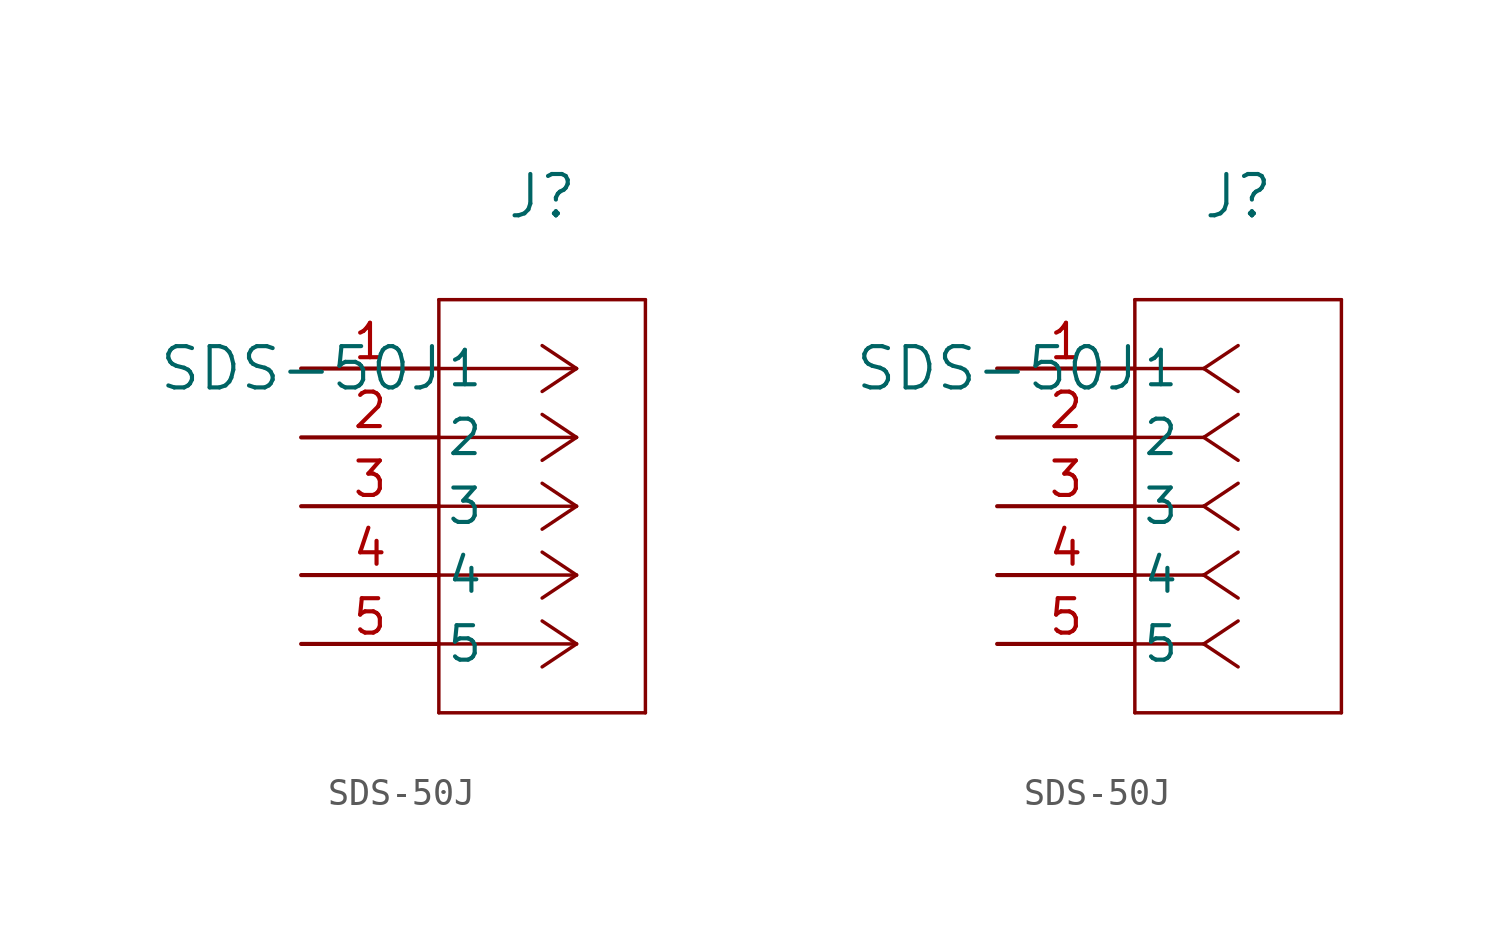
<source format=kicad_sym>
(kicad_symbol_lib
  (version 20211014)
  (generator kicad_symbol_editor)
  (symbol "SDS-50J"
    (pin_names
      (offset 0.254))
    (property "Reference" "J"
      (at 8.89 6.35 0)
      (effects (font (size 1.524 1.524))))
    (property "Value" "SDS-50J"
      (at 0 0 0)
      (effects (font (size 1.524 1.524))))
    (symbol "SDS-50J_1_1"
      (polyline (pts (xy 10.16 0) (xy 5.08 0)) (stroke (width 0.127) (type default) (color 0 0 0 0)) (fill (type none)))
      (polyline (pts (xy 10.16 -2.54) (xy 5.08 -2.54)) (stroke (width 0.127) (type default) (color 0 0 0 0)) (fill (type none)))
      (polyline (pts (xy 10.16 -5.08) (xy 5.08 -5.08)) (stroke (width 0.127) (type default) (color 0 0 0 0)) (fill (type none)))
      (polyline (pts (xy 10.16 -7.62) (xy 5.08 -7.62)) (stroke (width 0.127) (type default) (color 0 0 0 0)) (fill (type none)))
      (polyline (pts (xy 10.16 -10.16) (xy 5.08 -10.16)) (stroke (width 0.127) (type default) (color 0 0 0 0)) (fill (type none)))
      (polyline (pts (xy 10.16 0) (xy 8.89 0.847)) (stroke (width 0.127) (type default) (color 0 0 0 0)) (fill (type none)))
      (polyline (pts (xy 10.16 -2.54) (xy 8.89 -1.693)) (stroke (width 0.127) (type default) (color 0 0 0 0)) (fill (type none)))
      (polyline (pts (xy 10.16 -5.08) (xy 8.89 -4.233)) (stroke (width 0.127) (type default) (color 0 0 0 0)) (fill (type none)))
      (polyline (pts (xy 10.16 -7.62) (xy 8.89 -6.773)) (stroke (width 0.127) (type default) (color 0 0 0 0)) (fill (type none)))
      (polyline (pts (xy 10.16 -10.16) (xy 8.89 -9.313)) (stroke (width 0.127) (type default) (color 0 0 0 0)) (fill (type none)))
      (polyline (pts (xy 10.16 0) (xy 8.89 -0.847)) (stroke (width 0.127) (type default) (color 0 0 0 0)) (fill (type none)))
      (polyline (pts (xy 10.16 -2.54) (xy 8.89 -3.387)) (stroke (width 0.127) (type default) (color 0 0 0 0)) (fill (type none)))
      (polyline (pts (xy 10.16 -5.08) (xy 8.89 -5.927)) (stroke (width 0.127) (type default) (color 0 0 0 0)) (fill (type none)))
      (polyline (pts (xy 10.16 -7.62) (xy 8.89 -8.467)) (stroke (width 0.127) (type default) (color 0 0 0 0)) (fill (type none)))
      (polyline (pts (xy 10.16 -10.16) (xy 8.89 -11.007)) (stroke (width 0.127) (type default) (color 0 0 0 0)) (fill (type none)))
      (polyline (pts (xy 5.08 2.54) (xy 5.08 -12.7)) (stroke (width 0.127) (type default) (color 0 0 0 0)) (fill (type none)))
      (polyline (pts (xy 5.08 -12.7) (xy 12.7 -12.7)) (stroke (width 0.127) (type default) (color 0 0 0 0)) (fill (type none)))
      (polyline (pts (xy 12.7 -12.7) (xy 12.7 2.54)) (stroke (width 0.127) (type default) (color 0 0 0 0)) (fill (type none)))
      (polyline (pts (xy 12.7 2.54) (xy 5.08 2.54)) (stroke (width 0.127) (type default) (color 0 0 0 0)) (fill (type none)))
      (pin unspecified line (at 0 0 0) (length 5.08) (name "1" (effects (font (size 1.27 1.27)))) (number "1" (effects (font (size 1.27 1.27)))))
      (pin unspecified line (at 0 -2.54 0) (length 5.08) (name "2" (effects (font (size 1.27 1.27)))) (number "2" (effects (font (size 1.27 1.27)))))
      (pin unspecified line (at 0 -5.08 0) (length 5.08) (name "3" (effects (font (size 1.27 1.27)))) (number "3" (effects (font (size 1.27 1.27)))))
      (pin unspecified line (at 0 -7.62 0) (length 5.08) (name "4" (effects (font (size 1.27 1.27)))) (number "4" (effects (font (size 1.27 1.27)))))
      (pin unspecified line (at 0 -10.16 0) (length 5.08) (name "5" (effects (font (size 1.27 1.27)))) (number "5" (effects (font (size 1.27 1.27))))))
    (symbol "SDS-50J_1_2"
      (polyline (pts (xy 7.62 0) (xy 5.08 0)) (stroke (width 0.127) (type default) (color 0 0 0 0)) (fill (type none)))
      (polyline (pts (xy 7.62 -2.54) (xy 5.08 -2.54)) (stroke (width 0.127) (type default) (color 0 0 0 0)) (fill (type none)))
      (polyline (pts (xy 7.62 -5.08) (xy 5.08 -5.08)) (stroke (width 0.127) (type default) (color 0 0 0 0)) (fill (type none)))
      (polyline (pts (xy 7.62 -7.62) (xy 5.08 -7.62)) (stroke (width 0.127) (type default) (color 0 0 0 0)) (fill (type none)))
      (polyline (pts (xy 7.62 -10.16) (xy 5.08 -10.16)) (stroke (width 0.127) (type default) (color 0 0 0 0)) (fill (type none)))
      (polyline (pts (xy 7.62 0) (xy 8.89 0.847)) (stroke (width 0.127) (type default) (color 0 0 0 0)) (fill (type none)))
      (polyline (pts (xy 7.62 -2.54) (xy 8.89 -1.693)) (stroke (width 0.127) (type default) (color 0 0 0 0)) (fill (type none)))
      (polyline (pts (xy 7.62 -5.08) (xy 8.89 -4.233)) (stroke (width 0.127) (type default) (color 0 0 0 0)) (fill (type none)))
      (polyline (pts (xy 7.62 -7.62) (xy 8.89 -6.773)) (stroke (width 0.127) (type default) (color 0 0 0 0)) (fill (type none)))
      (polyline (pts (xy 7.62 -10.16) (xy 8.89 -9.313)) (stroke (width 0.127) (type default) (color 0 0 0 0)) (fill (type none)))
      (polyline (pts (xy 7.62 0) (xy 8.89 -0.847)) (stroke (width 0.127) (type default) (color 0 0 0 0)) (fill (type none)))
      (polyline (pts (xy 7.62 -2.54) (xy 8.89 -3.387)) (stroke (width 0.127) (type default) (color 0 0 0 0)) (fill (type none)))
      (polyline (pts (xy 7.62 -5.08) (xy 8.89 -5.927)) (stroke (width 0.127) (type default) (color 0 0 0 0)) (fill (type none)))
      (polyline (pts (xy 7.62 -7.62) (xy 8.89 -8.467)) (stroke (width 0.127) (type default) (color 0 0 0 0)) (fill (type none)))
      (polyline (pts (xy 7.62 -10.16) (xy 8.89 -11.007)) (stroke (width 0.127) (type default) (color 0 0 0 0)) (fill (type none)))
      (polyline (pts (xy 5.08 2.54) (xy 5.08 -12.7)) (stroke (width 0.127) (type default) (color 0 0 0 0)) (fill (type none)))
      (polyline (pts (xy 5.08 -12.7) (xy 12.7 -12.7)) (stroke (width 0.127) (type default) (color 0 0 0 0)) (fill (type none)))
      (polyline (pts (xy 12.7 -12.7) (xy 12.7 2.54)) (stroke (width 0.127) (type default) (color 0 0 0 0)) (fill (type none)))
      (polyline (pts (xy 12.7 2.54) (xy 5.08 2.54)) (stroke (width 0.127) (type default) (color 0 0 0 0)) (fill (type none)))
      (pin unspecified line (at 0 0 0) (length 5.08) (name "1" (effects (font (size 1.27 1.27)))) (number "1" (effects (font (size 1.27 1.27)))))
      (pin unspecified line (at 0 -2.54 0) (length 5.08) (name "2" (effects (font (size 1.27 1.27)))) (number "2" (effects (font (size 1.27 1.27)))))
      (pin unspecified line (at 0 -5.08 0) (length 5.08) (name "3" (effects (font (size 1.27 1.27)))) (number "3" (effects (font (size 1.27 1.27)))))
      (pin unspecified line (at 0 -7.62 0) (length 5.08) (name "4" (effects (font (size 1.27 1.27)))) (number "4" (effects (font (size 1.27 1.27)))))
      (pin unspecified line (at 0 -10.16 0) (length 5.08) (name "5" (effects (font (size 1.27 1.27)))) (number "5" (effects (font (size 1.27 1.27))))))))
</source>
